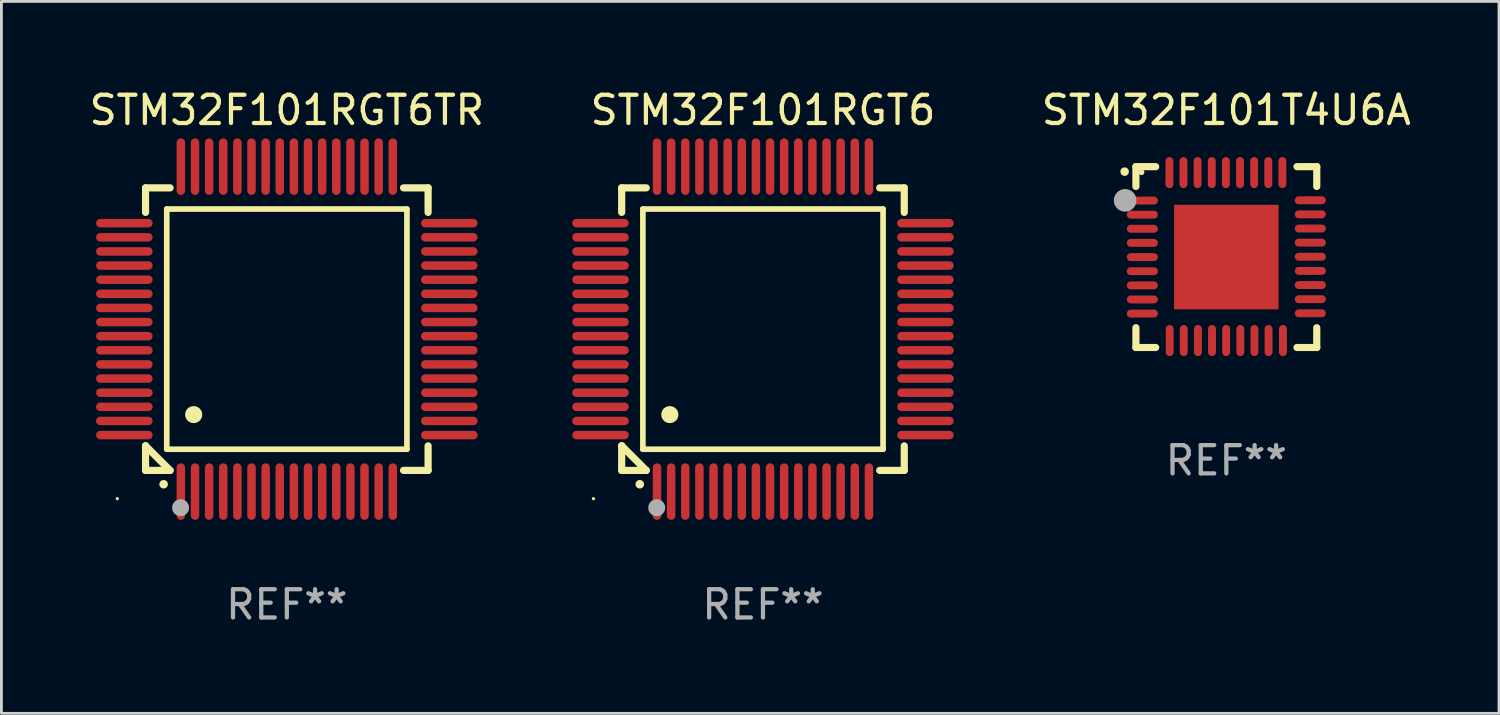
<source format=kicad_pcb>
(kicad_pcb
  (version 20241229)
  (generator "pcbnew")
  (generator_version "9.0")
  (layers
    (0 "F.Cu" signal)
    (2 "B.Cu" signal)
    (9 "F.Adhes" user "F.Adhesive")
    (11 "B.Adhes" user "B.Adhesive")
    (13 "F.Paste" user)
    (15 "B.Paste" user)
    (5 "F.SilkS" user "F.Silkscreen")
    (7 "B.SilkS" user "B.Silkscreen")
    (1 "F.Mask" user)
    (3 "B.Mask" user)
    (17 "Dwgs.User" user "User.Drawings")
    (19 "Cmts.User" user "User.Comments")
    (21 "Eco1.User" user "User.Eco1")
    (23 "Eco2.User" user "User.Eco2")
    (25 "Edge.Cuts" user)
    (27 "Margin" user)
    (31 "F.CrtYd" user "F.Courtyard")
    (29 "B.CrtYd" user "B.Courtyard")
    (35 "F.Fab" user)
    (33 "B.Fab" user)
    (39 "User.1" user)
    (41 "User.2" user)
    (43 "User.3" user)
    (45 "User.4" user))
  (footprint "STM32F101RGT6TR"
    (layer "F.Cu")
    (at 7.101 8.598)
    (property "Reference" "STM32F101RGT6TR" (at 0 -7.75 0) (layer "F.SilkS") (effects (font (size 1 1) (thickness 0.15))))
    (attr through_hole)
    (fp_line (start -5 -5) (end -4.131 -5) (stroke (width 0.254) (type solid)) (layer "F.SilkS"))
    (fp_line (start -5 -4.131) (end -5 -5) (stroke (width 0.254) (type solid)) (layer "F.SilkS"))
    (fp_line (start -5 4.131) (end -5 4.131) (stroke (width 0.254) (type solid)) (layer "F.SilkS"))
    (fp_line (start -5 5) (end -5 4.131) (stroke (width 0.254) (type solid)) (layer "F.SilkS"))
    (fp_line (start -5 4.131) (end -4.131 5) (stroke (width 0.254) (type solid)) (layer "F.SilkS"))
    (fp_line (start -4.25 -4.25) (end -4.25 4.25) (stroke (width 0.2) (type solid)) (layer "F.SilkS"))
    (fp_line (start -4.25 4.25) (end 4.25 4.25) (stroke (width 0.2) (type solid)) (layer "F.SilkS"))
    (fp_line (start -4.131 5) (end -5 5) (stroke (width 0.254) (type solid)) (layer "F.SilkS"))
    (fp_line (start 4.25 -4.25) (end -4.25 -4.25) (stroke (width 0.2) (type solid)) (layer "F.SilkS"))
    (fp_line (start 4.25 4.25) (end 4.25 -4.25) (stroke (width 0.2) (type solid)) (layer "F.SilkS"))
    (fp_line (start 5 -5) (end 4.131 -5) (stroke (width 0.254) (type solid)) (layer "F.SilkS"))
    (fp_line (start 5 -5) (end 5 -4.131) (stroke (width 0.254) (type solid)) (layer "F.SilkS"))
    (fp_line (start 5 4.131) (end 5 5) (stroke (width 0.254) (type solid)) (layer "F.SilkS"))
    (fp_line (start 5 5) (end 4.131 5) (stroke (width 0.254) (type solid)) (layer "F.SilkS"))
    (fp_arc (start -4.361265 5.489992) (mid -4.359995 5.489987) (end -4.358725 5.489992) (stroke (width 0.3) (type solid)) (layer "F.SilkS"))
    (fp_arc (start -3.299467 3.025146) (mid -3.296927 3.025135) (end -3.294387 3.025146) (stroke (width 0.6) (type solid)) (layer "F.SilkS"))
    (fp_circle (center -6 6) (end -5.97 6) (stroke (width 0.06) (type solid)) (fill no) (layer "F.SilkS"))
    (fp_circle (center -3.76 6.32) (end -3.61 6.32) (stroke (width 0.3) (type solid)) (fill no) (layer "F.Fab"))
    (fp_text user "REF**" (at 0 9.75 0) (layer "F.Fab") (effects (font (size 1 1) (thickness 0.15))))
    (pad "1" smd oval (at -3.75 5.75) (size 0.3 2) (layers "F.Cu" "F.Mask" "F.Paste"))
    (pad "2" smd oval (at -3.25 5.75) (size 0.3 2) (layers "F.Cu" "F.Mask" "F.Paste"))
    (pad "3" smd oval (at -2.75 5.75) (size 0.3 2) (layers "F.Cu" "F.Mask" "F.Paste"))
    (pad "4" smd oval (at -2.25 5.75) (size 0.3 2) (layers "F.Cu" "F.Mask" "F.Paste"))
    (pad "5" smd oval (at -1.75 5.75) (size 0.3 2) (layers "F.Cu" "F.Mask" "F.Paste"))
    (pad "6" smd oval (at -1.25 5.75) (size 0.3 2) (layers "F.Cu" "F.Mask" "F.Paste"))
    (pad "7" smd oval (at -0.75 5.75) (size 0.3 2) (layers "F.Cu" "F.Mask" "F.Paste"))
    (pad "8" smd oval (at -0.25 5.75) (size 0.3 2) (layers "F.Cu" "F.Mask" "F.Paste"))
    (pad "9" smd oval (at 0.25 5.75) (size 0.3 2) (layers "F.Cu" "F.Mask" "F.Paste"))
    (pad "10" smd oval (at 0.75 5.75) (size 0.3 2) (layers "F.Cu" "F.Mask" "F.Paste"))
    (pad "11" smd oval (at 1.25 5.75) (size 0.3 2) (layers "F.Cu" "F.Mask" "F.Paste"))
    (pad "12" smd oval (at 1.75 5.75) (size 0.3 2) (layers "F.Cu" "F.Mask" "F.Paste"))
    (pad "13" smd oval (at 2.25 5.75) (size 0.3 2) (layers "F.Cu" "F.Mask" "F.Paste"))
    (pad "14" smd oval (at 2.75 5.75) (size 0.3 2) (layers "F.Cu" "F.Mask" "F.Paste"))
    (pad "15" smd oval (at 3.25 5.75) (size 0.3 2) (layers "F.Cu" "F.Mask" "F.Paste"))
    (pad "16" smd oval (at 3.75 5.75) (size 0.3 2) (layers "F.Cu" "F.Mask" "F.Paste"))
    (pad "17" smd oval (at 5.75 3.75) (size 2 0.3) (layers "F.Cu" "F.Mask" "F.Paste"))
    (pad "18" smd oval (at 5.75 3.25) (size 2 0.3) (layers "F.Cu" "F.Mask" "F.Paste"))
    (pad "19" smd oval (at 5.75 2.75) (size 2 0.3) (layers "F.Cu" "F.Mask" "F.Paste"))
    (pad "20" smd oval (at 5.75 2.25) (size 2 0.3) (layers "F.Cu" "F.Mask" "F.Paste"))
    (pad "21" smd oval (at 5.75 1.75) (size 2 0.3) (layers "F.Cu" "F.Mask" "F.Paste"))
    (pad "22" smd oval (at 5.75 1.25) (size 2 0.3) (layers "F.Cu" "F.Mask" "F.Paste"))
    (pad "23" smd oval (at 5.75 0.75) (size 2 0.3) (layers "F.Cu" "F.Mask" "F.Paste"))
    (pad "24" smd oval (at 5.75 0.25) (size 2 0.3) (layers "F.Cu" "F.Mask" "F.Paste"))
    (pad "25" smd oval (at 5.75 -0.25) (size 2 0.3) (layers "F.Cu" "F.Mask" "F.Paste"))
    (pad "26" smd oval (at 5.75 -0.75) (size 2 0.3) (layers "F.Cu" "F.Mask" "F.Paste"))
    (pad "27" smd oval (at 5.75 -1.25) (size 2 0.3) (layers "F.Cu" "F.Mask" "F.Paste"))
    (pad "28" smd oval (at 5.75 -1.75) (size 2 0.3) (layers "F.Cu" "F.Mask" "F.Paste"))
    (pad "29" smd oval (at 5.75 -2.25) (size 2 0.3) (layers "F.Cu" "F.Mask" "F.Paste"))
    (pad "30" smd oval (at 5.75 -2.75) (size 2 0.3) (layers "F.Cu" "F.Mask" "F.Paste"))
    (pad "31" smd oval (at 5.75 -3.25) (size 2 0.3) (layers "F.Cu" "F.Mask" "F.Paste"))
    (pad "32" smd oval (at 5.75 -3.75) (size 2 0.3) (layers "F.Cu" "F.Mask" "F.Paste"))
    (pad "33" smd oval (at 3.75 -5.75) (size 0.3 2) (layers "F.Cu" "F.Mask" "F.Paste"))
    (pad "34" smd oval (at 3.25 -5.75) (size 0.3 2) (layers "F.Cu" "F.Mask" "F.Paste"))
    (pad "35" smd oval (at 2.75 -5.75) (size 0.3 2) (layers "F.Cu" "F.Mask" "F.Paste"))
    (pad "36" smd oval (at 2.25 -5.75) (size 0.3 2) (layers "F.Cu" "F.Mask" "F.Paste"))
    (pad "37" smd oval (at 1.75 -5.75) (size 0.3 2) (layers "F.Cu" "F.Mask" "F.Paste"))
    (pad "38" smd oval (at 1.25 -5.75) (size 0.3 2) (layers "F.Cu" "F.Mask" "F.Paste"))
    (pad "39" smd oval (at 0.75 -5.75) (size 0.3 2) (layers "F.Cu" "F.Mask" "F.Paste"))
    (pad "40" smd oval (at 0.25 -5.75) (size 0.3 2) (layers "F.Cu" "F.Mask" "F.Paste"))
    (pad "41" smd oval (at -0.25 -5.75) (size 0.3 2) (layers "F.Cu" "F.Mask" "F.Paste"))
    (pad "42" smd oval (at -0.75 -5.75) (size 0.3 2) (layers "F.Cu" "F.Mask" "F.Paste"))
    (pad "43" smd oval (at -1.25 -5.75) (size 0.3 2) (layers "F.Cu" "F.Mask" "F.Paste"))
    (pad "44" smd oval (at -1.75 -5.75) (size 0.3 2) (layers "F.Cu" "F.Mask" "F.Paste"))
    (pad "45" smd oval (at -2.25 -5.75) (size 0.3 2) (layers "F.Cu" "F.Mask" "F.Paste"))
    (pad "46" smd oval (at -2.75 -5.75) (size 0.3 2) (layers "F.Cu" "F.Mask" "F.Paste"))
    (pad "47" smd oval (at -3.25 -5.75) (size 0.3 2) (layers "F.Cu" "F.Mask" "F.Paste"))
    (pad "48" smd oval (at -3.75 -5.75) (size 0.3 2) (layers "F.Cu" "F.Mask" "F.Paste"))
    (pad "49" smd oval (at -5.75 -3.75) (size 2 0.3) (layers "F.Cu" "F.Mask" "F.Paste"))
    (pad "50" smd oval (at -5.75 -3.25) (size 2 0.3) (layers "F.Cu" "F.Mask" "F.Paste"))
    (pad "51" smd oval (at -5.75 -2.75) (size 2 0.3) (layers "F.Cu" "F.Mask" "F.Paste"))
    (pad "52" smd oval (at -5.75 -2.25) (size 2 0.3) (layers "F.Cu" "F.Mask" "F.Paste"))
    (pad "53" smd oval (at -5.75 -1.75) (size 2 0.3) (layers "F.Cu" "F.Mask" "F.Paste"))
    (pad "54" smd oval (at -5.75 -1.25) (size 2 0.3) (layers "F.Cu" "F.Mask" "F.Paste"))
    (pad "55" smd oval (at -5.75 -0.75) (size 2 0.3) (layers "F.Cu" "F.Mask" "F.Paste"))
    (pad "56" smd oval (at -5.75 -0.25) (size 2 0.3) (layers "F.Cu" "F.Mask" "F.Paste"))
    (pad "57" smd oval (at -5.75 0.25) (size 2 0.3) (layers "F.Cu" "F.Mask" "F.Paste"))
    (pad "58" smd oval (at -5.75 0.75) (size 2 0.3) (layers "F.Cu" "F.Mask" "F.Paste"))
    (pad "59" smd oval (at -5.75 1.25) (size 2 0.3) (layers "F.Cu" "F.Mask" "F.Paste"))
    (pad "60" smd oval (at -5.75 1.75) (size 2 0.3) (layers "F.Cu" "F.Mask" "F.Paste"))
    (pad "61" smd oval (at -5.75 2.25) (size 2 0.3) (layers "F.Cu" "F.Mask" "F.Paste"))
    (pad "62" smd oval (at -5.75 2.75) (size 2 0.3) (layers "F.Cu" "F.Mask" "F.Paste"))
    (pad "63" smd oval (at -5.75 3.25) (size 2 0.3) (layers "F.Cu" "F.Mask" "F.Paste"))
    (pad "64" smd oval (at -5.75 3.75) (size 2 0.3) (layers "F.Cu" "F.Mask" "F.Paste")))
  (footprint "STM32F101T4U6A"
    (layer "F.Cu")
    (at 40.351 6.048)
    (property "Reference" "STM32F101T4U6A" (at 0 -5.2 0) (layer "F.SilkS") (effects (font (size 1 1) (thickness 0.15))))
    (attr through_hole)
    (fp_line (start -3.2 -3.2) (end -2.5 -3.2) (stroke (width 0.254) (type solid)) (layer "F.SilkS"))
    (fp_line (start -3.2 -2.5) (end -3.2 -3.2) (stroke (width 0.254) (type solid)) (layer "F.SilkS"))
    (fp_line (start -3.2 3.2) (end -3.2 2.5) (stroke (width 0.254) (type solid)) (layer "F.SilkS"))
    (fp_line (start -2.5 3.2) (end -3.2 3.2) (stroke (width 0.254) (type solid)) (layer "F.SilkS"))
    (fp_line (start 2.5 -3.2) (end 3.2 -3.2) (stroke (width 0.254) (type solid)) (layer "F.SilkS"))
    (fp_line (start 2.5 3.2) (end 3.2 3.2) (stroke (width 0.254) (type solid)) (layer "F.SilkS"))
    (fp_line (start 3.2 -3.2) (end 3.2 -2.5) (stroke (width 0.254) (type solid)) (layer "F.SilkS"))
    (fp_line (start 3.2 3.2) (end 3.2 2.5) (stroke (width 0.254) (type solid)) (layer "F.SilkS"))
    (fp_arc (start -3.599187 -3.022606) (mid -3.599192 -3.023876) (end -3.599187 -3.025146) (stroke (width 0.3) (type solid)) (layer "F.SilkS"))
    (fp_circle (center -3 -3) (end -2.95 -3) (stroke (width 0.1) (type solid)) (fill no) (layer "F.SilkS"))
    (fp_circle (center -3.582 -2.007) (end -3.382 -2.007) (stroke (width 0.4) (type solid)) (fill no) (layer "F.Fab"))
    (fp_text user "REF**" (at 0 7.2 0) (layer "F.Fab") (effects (font (size 1 1) (thickness 0.15))))
    (pad "1" smd oval (at -2.972 -1.999 270) (size 0.28 1.1) (layers "F.Cu" "F.Mask" "F.Paste"))
    (pad "2" smd oval (at -2.972 -1.501 270) (size 0.28 1.1) (layers "F.Cu" "F.Mask" "F.Paste"))
    (pad "3" smd oval (at -2.972 -1.001 270) (size 0.28 1.1) (layers "F.Cu" "F.Mask" "F.Paste"))
    (pad "4" smd oval (at -2.972 -0.501 270) (size 0.28 1.1) (layers "F.Cu" "F.Mask" "F.Paste"))
    (pad "5" smd oval (at -2.972 0.000102 270) (size 0.28 1.1) (layers "F.Cu" "F.Mask" "F.Paste"))
    (pad "6" smd oval (at -2.972 0.5 270) (size 0.28 1.1) (layers "F.Cu" "F.Mask" "F.Paste"))
    (pad "7" smd oval (at -2.972 1.001 270) (size 0.28 1.1) (layers "F.Cu" "F.Mask" "F.Paste"))
    (pad "8" smd oval (at -2.972 1.501 270) (size 0.28 1.1) (layers "F.Cu" "F.Mask" "F.Paste"))
    (pad "9" smd oval (at -2.972 1.999 270) (size 0.28 1.1) (layers "F.Cu" "F.Mask" "F.Paste"))
    (pad "10" smd oval (at -2.005 2.954 270) (size 1.1 0.28) (layers "F.Cu" "F.Mask" "F.Paste"))
    (pad "11" smd oval (at -1.507 2.954 270) (size 1.1 0.28) (layers "F.Cu" "F.Mask" "F.Paste"))
    (pad "12" smd oval (at -1.006 2.954 270) (size 1.1 0.28) (layers "F.Cu" "F.Mask" "F.Paste"))
    (pad "13" smd oval (at -0.506 2.954 270) (size 1.1 0.28) (layers "F.Cu" "F.Mask" "F.Paste"))
    (pad "14" smd oval (at -0.006 2.954 270) (size 1.1 0.28) (layers "F.Cu" "F.Mask" "F.Paste"))
    (pad "15" smd oval (at 0.495 2.954 270) (size 1.1 0.28) (layers "F.Cu" "F.Mask" "F.Paste"))
    (pad "16" smd oval (at 0.995 2.954 270) (size 1.1 0.28) (layers "F.Cu" "F.Mask" "F.Paste"))
    (pad "17" smd oval (at 1.495 2.954 270) (size 1.1 0.28) (layers "F.Cu" "F.Mask" "F.Paste"))
    (pad "18" smd oval (at 2.003 2.954 270) (size 1.1 0.28) (layers "F.Cu" "F.Mask" "F.Paste"))
    (pad "19" smd oval (at 2.972 1.989 270) (size 0.28 1.1) (layers "F.Cu" "F.Mask" "F.Paste"))
    (pad "20" smd oval (at 2.972 1.491 270) (size 0.28 1.1) (layers "F.Cu" "F.Mask" "F.Paste"))
    (pad "21" smd oval (at 2.972 0.99 270) (size 0.28 1.1) (layers "F.Cu" "F.Mask" "F.Paste"))
    (pad "22" smd oval (at 2.972 0.49 270) (size 0.28 1.1) (layers "F.Cu" "F.Mask" "F.Paste"))
    (pad "23" smd oval (at 2.972 -0.01 270) (size 0.28 1.1) (layers "F.Cu" "F.Mask" "F.Paste"))
    (pad "24" smd oval (at 2.972 -0.511 270) (size 0.28 1.1) (layers "F.Cu" "F.Mask" "F.Paste"))
    (pad "25" smd oval (at 2.972 -1.011 270) (size 0.28 1.1) (layers "F.Cu" "F.Mask" "F.Paste"))
    (pad "26" smd oval (at 2.972 -1.511 270) (size 0.28 1.1) (layers "F.Cu" "F.Mask" "F.Paste"))
    (pad "27" smd oval (at 2.972 -2.009 270) (size 0.28 1.1) (layers "F.Cu" "F.Mask" "F.Paste"))
    (pad "28" smd oval (at 1.983 -2.99 270) (size 1.1 0.28) (layers "F.Cu" "F.Mask" "F.Paste"))
    (pad "29" smd oval (at 1.485 -2.99 270) (size 1.1 0.28) (layers "F.Cu" "F.Mask" "F.Paste"))
    (pad "30" smd oval (at 0.985 -2.99 270) (size 1.1 0.28) (layers "F.Cu" "F.Mask" "F.Paste"))
    (pad "31" smd oval (at 0.485 -2.99 270) (size 1.1 0.28) (layers "F.Cu" "F.Mask" "F.Paste"))
    (pad "32" smd oval (at -0.016 -2.99 270) (size 1.1 0.28) (layers "F.Cu" "F.Mask" "F.Paste"))
    (pad "33" smd oval (at -0.516 -2.99 270) (size 1.1 0.28) (layers "F.Cu" "F.Mask" "F.Paste"))
    (pad "34" smd oval (at -1.017 -2.99 270) (size 1.1 0.28) (layers "F.Cu" "F.Mask" "F.Paste"))
    (pad "35" smd oval (at -1.517 -2.99 270) (size 1.1 0.28) (layers "F.Cu" "F.Mask" "F.Paste"))
    (pad "36" smd oval (at -2.015 -2.99 270) (size 1.1 0.28) (layers "F.Cu" "F.Mask" "F.Paste"))
    (pad "37" smd rect (at -0.000102 0.000102 270) (size 3.7 3.7) (layers "F.Cu" "F.Mask" "F.Paste")))
  (footprint "STM32F101RGT6"
    (layer "F.Cu")
    (at 23.952 8.598)
    (property "Reference" "STM32F101RGT6" (at 0 -7.75 0) (layer "F.SilkS") (effects (font (size 1 1) (thickness 0.15))))
    (attr through_hole)
    (fp_line (start -5 -5) (end -4.131 -5) (stroke (width 0.254) (type solid)) (layer "F.SilkS"))
    (fp_line (start -5 -4.131) (end -5 -5) (stroke (width 0.254) (type solid)) (layer "F.SilkS"))
    (fp_line (start -5 4.131) (end -5 4.131) (stroke (width 0.254) (type solid)) (layer "F.SilkS"))
    (fp_line (start -5 5) (end -5 4.131) (stroke (width 0.254) (type solid)) (layer "F.SilkS"))
    (fp_line (start -5 4.131) (end -4.131 5) (stroke (width 0.254) (type solid)) (layer "F.SilkS"))
    (fp_line (start -4.25 -4.25) (end -4.25 4.25) (stroke (width 0.2) (type solid)) (layer "F.SilkS"))
    (fp_line (start -4.25 4.25) (end 4.25 4.25) (stroke (width 0.2) (type solid)) (layer "F.SilkS"))
    (fp_line (start -4.131 5) (end -5 5) (stroke (width 0.254) (type solid)) (layer "F.SilkS"))
    (fp_line (start 4.25 -4.25) (end -4.25 -4.25) (stroke (width 0.2) (type solid)) (layer "F.SilkS"))
    (fp_line (start 4.25 4.25) (end 4.25 -4.25) (stroke (width 0.2) (type solid)) (layer "F.SilkS"))
    (fp_line (start 5 -5) (end 4.131 -5) (stroke (width 0.254) (type solid)) (layer "F.SilkS"))
    (fp_line (start 5 -5) (end 5 -4.131) (stroke (width 0.254) (type solid)) (layer "F.SilkS"))
    (fp_line (start 5 4.131) (end 5 5) (stroke (width 0.254) (type solid)) (layer "F.SilkS"))
    (fp_line (start 5 5) (end 4.131 5) (stroke (width 0.254) (type solid)) (layer "F.SilkS"))
    (fp_arc (start -4.361265 5.489992) (mid -4.359995 5.489987) (end -4.358725 5.489992) (stroke (width 0.3) (type solid)) (layer "F.SilkS"))
    (fp_arc (start -3.299467 3.025146) (mid -3.296927 3.025135) (end -3.294387 3.025146) (stroke (width 0.6) (type solid)) (layer "F.SilkS"))
    (fp_circle (center -6 6) (end -5.97 6) (stroke (width 0.06) (type solid)) (fill no) (layer "F.SilkS"))
    (fp_circle (center -3.76 6.32) (end -3.61 6.32) (stroke (width 0.3) (type solid)) (fill no) (layer "F.Fab"))
    (fp_text user "REF**" (at 0 9.75 0) (layer "F.Fab") (effects (font (size 1 1) (thickness 0.15))))
    (pad "1" smd oval (at -3.75 5.75) (size 0.3 2) (layers "F.Cu" "F.Mask" "F.Paste"))
    (pad "2" smd oval (at -3.25 5.75) (size 0.3 2) (layers "F.Cu" "F.Mask" "F.Paste"))
    (pad "3" smd oval (at -2.75 5.75) (size 0.3 2) (layers "F.Cu" "F.Mask" "F.Paste"))
    (pad "4" smd oval (at -2.25 5.75) (size 0.3 2) (layers "F.Cu" "F.Mask" "F.Paste"))
    (pad "5" smd oval (at -1.75 5.75) (size 0.3 2) (layers "F.Cu" "F.Mask" "F.Paste"))
    (pad "6" smd oval (at -1.25 5.75) (size 0.3 2) (layers "F.Cu" "F.Mask" "F.Paste"))
    (pad "7" smd oval (at -0.75 5.75) (size 0.3 2) (layers "F.Cu" "F.Mask" "F.Paste"))
    (pad "8" smd oval (at -0.25 5.75) (size 0.3 2) (layers "F.Cu" "F.Mask" "F.Paste"))
    (pad "9" smd oval (at 0.25 5.75) (size 0.3 2) (layers "F.Cu" "F.Mask" "F.Paste"))
    (pad "10" smd oval (at 0.75 5.75) (size 0.3 2) (layers "F.Cu" "F.Mask" "F.Paste"))
    (pad "11" smd oval (at 1.25 5.75) (size 0.3 2) (layers "F.Cu" "F.Mask" "F.Paste"))
    (pad "12" smd oval (at 1.75 5.75) (size 0.3 2) (layers "F.Cu" "F.Mask" "F.Paste"))
    (pad "13" smd oval (at 2.25 5.75) (size 0.3 2) (layers "F.Cu" "F.Mask" "F.Paste"))
    (pad "14" smd oval (at 2.75 5.75) (size 0.3 2) (layers "F.Cu" "F.Mask" "F.Paste"))
    (pad "15" smd oval (at 3.25 5.75) (size 0.3 2) (layers "F.Cu" "F.Mask" "F.Paste"))
    (pad "16" smd oval (at 3.75 5.75) (size 0.3 2) (layers "F.Cu" "F.Mask" "F.Paste"))
    (pad "17" smd oval (at 5.75 3.75) (size 2 0.3) (layers "F.Cu" "F.Mask" "F.Paste"))
    (pad "18" smd oval (at 5.75 3.25) (size 2 0.3) (layers "F.Cu" "F.Mask" "F.Paste"))
    (pad "19" smd oval (at 5.75 2.75) (size 2 0.3) (layers "F.Cu" "F.Mask" "F.Paste"))
    (pad "20" smd oval (at 5.75 2.25) (size 2 0.3) (layers "F.Cu" "F.Mask" "F.Paste"))
    (pad "21" smd oval (at 5.75 1.75) (size 2 0.3) (layers "F.Cu" "F.Mask" "F.Paste"))
    (pad "22" smd oval (at 5.75 1.25) (size 2 0.3) (layers "F.Cu" "F.Mask" "F.Paste"))
    (pad "23" smd oval (at 5.75 0.75) (size 2 0.3) (layers "F.Cu" "F.Mask" "F.Paste"))
    (pad "24" smd oval (at 5.75 0.25) (size 2 0.3) (layers "F.Cu" "F.Mask" "F.Paste"))
    (pad "25" smd oval (at 5.75 -0.25) (size 2 0.3) (layers "F.Cu" "F.Mask" "F.Paste"))
    (pad "26" smd oval (at 5.75 -0.75) (size 2 0.3) (layers "F.Cu" "F.Mask" "F.Paste"))
    (pad "27" smd oval (at 5.75 -1.25) (size 2 0.3) (layers "F.Cu" "F.Mask" "F.Paste"))
    (pad "28" smd oval (at 5.75 -1.75) (size 2 0.3) (layers "F.Cu" "F.Mask" "F.Paste"))
    (pad "29" smd oval (at 5.75 -2.25) (size 2 0.3) (layers "F.Cu" "F.Mask" "F.Paste"))
    (pad "30" smd oval (at 5.75 -2.75) (size 2 0.3) (layers "F.Cu" "F.Mask" "F.Paste"))
    (pad "31" smd oval (at 5.75 -3.25) (size 2 0.3) (layers "F.Cu" "F.Mask" "F.Paste"))
    (pad "32" smd oval (at 5.75 -3.75) (size 2 0.3) (layers "F.Cu" "F.Mask" "F.Paste"))
    (pad "33" smd oval (at 3.75 -5.75) (size 0.3 2) (layers "F.Cu" "F.Mask" "F.Paste"))
    (pad "34" smd oval (at 3.25 -5.75) (size 0.3 2) (layers "F.Cu" "F.Mask" "F.Paste"))
    (pad "35" smd oval (at 2.75 -5.75) (size 0.3 2) (layers "F.Cu" "F.Mask" "F.Paste"))
    (pad "36" smd oval (at 2.25 -5.75) (size 0.3 2) (layers "F.Cu" "F.Mask" "F.Paste"))
    (pad "37" smd oval (at 1.75 -5.75) (size 0.3 2) (layers "F.Cu" "F.Mask" "F.Paste"))
    (pad "38" smd oval (at 1.25 -5.75) (size 0.3 2) (layers "F.Cu" "F.Mask" "F.Paste"))
    (pad "39" smd oval (at 0.75 -5.75) (size 0.3 2) (layers "F.Cu" "F.Mask" "F.Paste"))
    (pad "40" smd oval (at 0.25 -5.75) (size 0.3 2) (layers "F.Cu" "F.Mask" "F.Paste"))
    (pad "41" smd oval (at -0.25 -5.75) (size 0.3 2) (layers "F.Cu" "F.Mask" "F.Paste"))
    (pad "42" smd oval (at -0.75 -5.75) (size 0.3 2) (layers "F.Cu" "F.Mask" "F.Paste"))
    (pad "43" smd oval (at -1.25 -5.75) (size 0.3 2) (layers "F.Cu" "F.Mask" "F.Paste"))
    (pad "44" smd oval (at -1.75 -5.75) (size 0.3 2) (layers "F.Cu" "F.Mask" "F.Paste"))
    (pad "45" smd oval (at -2.25 -5.75) (size 0.3 2) (layers "F.Cu" "F.Mask" "F.Paste"))
    (pad "46" smd oval (at -2.75 -5.75) (size 0.3 2) (layers "F.Cu" "F.Mask" "F.Paste"))
    (pad "47" smd oval (at -3.25 -5.75) (size 0.3 2) (layers "F.Cu" "F.Mask" "F.Paste"))
    (pad "48" smd oval (at -3.75 -5.75) (size 0.3 2) (layers "F.Cu" "F.Mask" "F.Paste"))
    (pad "49" smd oval (at -5.75 -3.75) (size 2 0.3) (layers "F.Cu" "F.Mask" "F.Paste"))
    (pad "50" smd oval (at -5.75 -3.25) (size 2 0.3) (layers "F.Cu" "F.Mask" "F.Paste"))
    (pad "51" smd oval (at -5.75 -2.75) (size 2 0.3) (layers "F.Cu" "F.Mask" "F.Paste"))
    (pad "52" smd oval (at -5.75 -2.25) (size 2 0.3) (layers "F.Cu" "F.Mask" "F.Paste"))
    (pad "53" smd oval (at -5.75 -1.75) (size 2 0.3) (layers "F.Cu" "F.Mask" "F.Paste"))
    (pad "54" smd oval (at -5.75 -1.25) (size 2 0.3) (layers "F.Cu" "F.Mask" "F.Paste"))
    (pad "55" smd oval (at -5.75 -0.75) (size 2 0.3) (layers "F.Cu" "F.Mask" "F.Paste"))
    (pad "56" smd oval (at -5.75 -0.25) (size 2 0.3) (layers "F.Cu" "F.Mask" "F.Paste"))
    (pad "57" smd oval (at -5.75 0.25) (size 2 0.3) (layers "F.Cu" "F.Mask" "F.Paste"))
    (pad "58" smd oval (at -5.75 0.75) (size 2 0.3) (layers "F.Cu" "F.Mask" "F.Paste"))
    (pad "59" smd oval (at -5.75 1.25) (size 2 0.3) (layers "F.Cu" "F.Mask" "F.Paste"))
    (pad "60" smd oval (at -5.75 1.75) (size 2 0.3) (layers "F.Cu" "F.Mask" "F.Paste"))
    (pad "61" smd oval (at -5.75 2.25) (size 2 0.3) (layers "F.Cu" "F.Mask" "F.Paste"))
    (pad "62" smd oval (at -5.75 2.75) (size 2 0.3) (layers "F.Cu" "F.Mask" "F.Paste"))
    (pad "63" smd oval (at -5.75 3.25) (size 2 0.3) (layers "F.Cu" "F.Mask" "F.Paste"))
    (pad "64" smd oval (at -5.75 3.75) (size 2 0.3) (layers "F.Cu" "F.Mask" "F.Paste")))
  (gr_rect
    (start -3 -3)
    (end 50 22.196)
    (stroke (width 0.1) (type default))
    (fill no)
    (layer "Edge.Cuts")))
</source>
